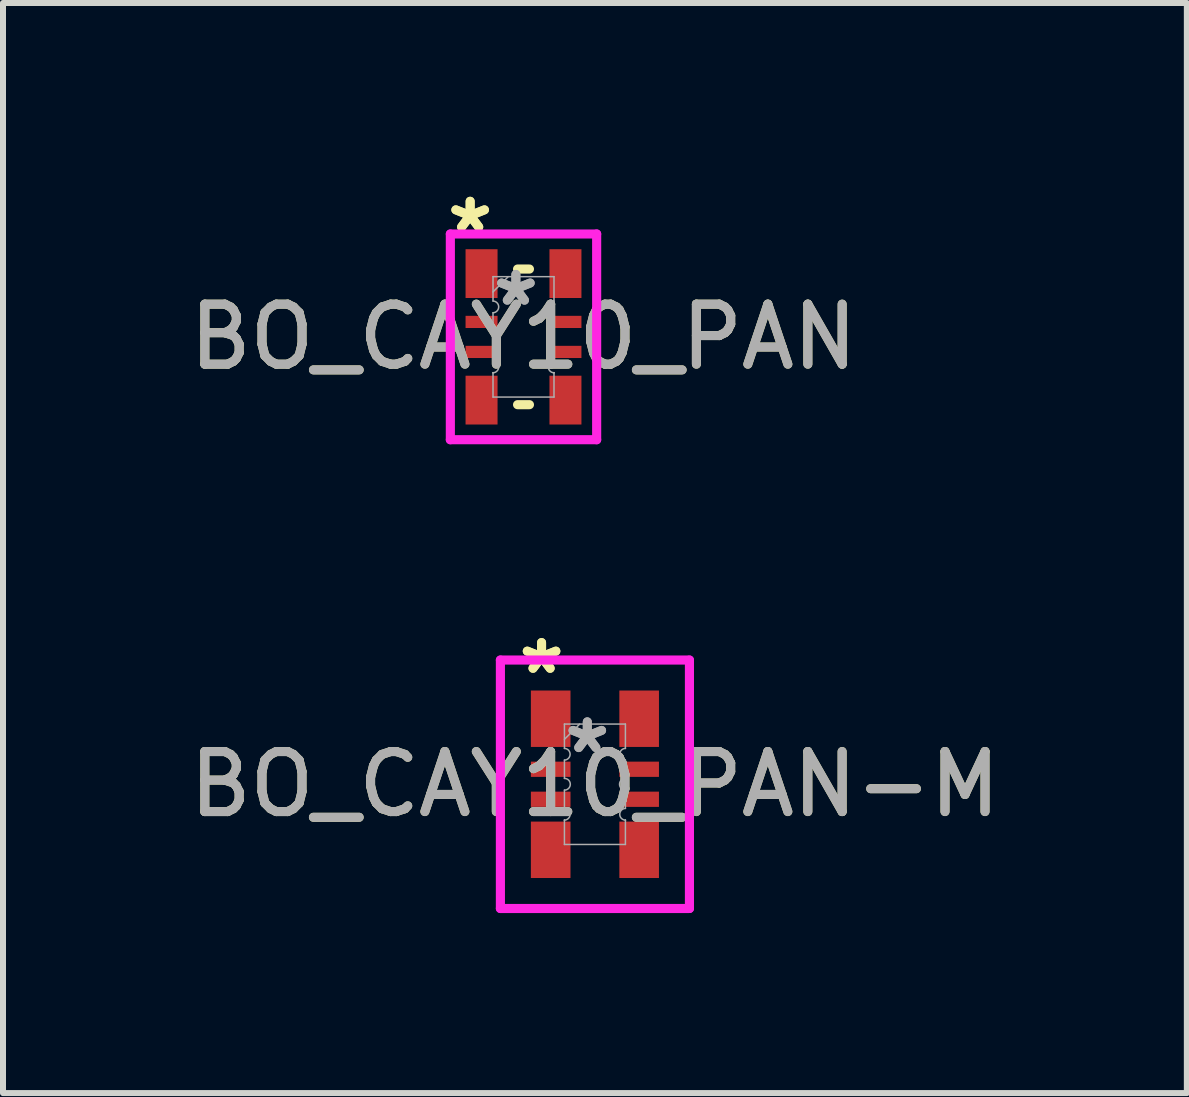
<source format=kicad_pcb>
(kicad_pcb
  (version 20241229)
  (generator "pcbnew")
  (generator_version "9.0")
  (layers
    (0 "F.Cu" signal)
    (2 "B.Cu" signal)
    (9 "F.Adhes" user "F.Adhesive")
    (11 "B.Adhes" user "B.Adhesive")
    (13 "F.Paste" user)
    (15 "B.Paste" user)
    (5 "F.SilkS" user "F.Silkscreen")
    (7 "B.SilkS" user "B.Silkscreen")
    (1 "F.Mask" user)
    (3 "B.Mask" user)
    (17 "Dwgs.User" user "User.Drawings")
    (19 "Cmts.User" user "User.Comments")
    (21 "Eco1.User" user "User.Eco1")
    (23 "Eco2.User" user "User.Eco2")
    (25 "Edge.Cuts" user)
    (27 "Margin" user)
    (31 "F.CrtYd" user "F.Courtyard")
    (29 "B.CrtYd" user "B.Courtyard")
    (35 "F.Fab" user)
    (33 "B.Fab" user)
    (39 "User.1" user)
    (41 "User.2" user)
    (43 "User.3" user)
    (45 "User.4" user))
  (footprint "BO_CAY10_PAN-M"
    (layer "F.Cu")
    (at 6.863 10.018)
    (property "Reference" "BO_CAY10_PAN-M" (at 0 0 0) (unlocked yes) (layer "F.SilkS") (effects (font (size 1 1) (thickness 0.15))))
    (attr smd)
    (fp_line (start -1.575 -2.07) (end 1.575 -2.07) (stroke (width 0.152) (type solid)) (layer "F.CrtYd"))
    (fp_line (start -1.575 2.07) (end -1.575 -2.07) (stroke (width 0.152) (type solid)) (layer "F.CrtYd"))
    (fp_line (start 1.575 -2.07) (end 1.575 2.07) (stroke (width 0.152) (type solid)) (layer "F.CrtYd"))
    (fp_line (start 1.575 2.07) (end -1.575 2.07) (stroke (width 0.152) (type solid)) (layer "F.CrtYd"))
    (fp_line (start -0.508 -1.003) (end 0.508 -1.003) (stroke (width 0.025) (type solid)) (layer "F.Fab"))
    (fp_line (start -0.508 -0.597) (end -0.508 -1.003) (stroke (width 0.025) (type solid)) (layer "F.Fab"))
    (fp_line (start -0.508 -0.402) (end -0.508 -0.098) (stroke (width 0.025) (type solid)) (layer "F.Fab"))
    (fp_line (start -0.508 0.098) (end -0.508 0.402) (stroke (width 0.025) (type solid)) (layer "F.Fab"))
    (fp_line (start -0.508 0.597) (end -0.508 1.003) (stroke (width 0.025) (type solid)) (layer "F.Fab"))
    (fp_line (start -0.508 0.598) (end -0.508 0.597) (stroke (width 0.025) (type solid)) (layer "F.Fab"))
    (fp_line (start -0.508 1.003) (end 0.508 1.003) (stroke (width 0.025) (type solid)) (layer "F.Fab"))
    (fp_line (start -0.254 -1.003) (end -0.508 -0.749) (stroke (width 0.025) (type solid)) (layer "F.Fab"))
    (fp_line (start 0.508 -0.597) (end 0.508 -1.003) (stroke (width 0.025) (type solid)) (layer "F.Fab"))
    (fp_line (start 0.508 -0.402) (end 0.508 -0.098) (stroke (width 0.025) (type solid)) (layer "F.Fab"))
    (fp_line (start 0.508 0.098) (end 0.508 0.402) (stroke (width 0.025) (type solid)) (layer "F.Fab"))
    (fp_line (start 0.508 0.597) (end 0.508 1.003) (stroke (width 0.025) (type solid)) (layer "F.Fab"))
    (fp_line (start 0.508 0.598) (end 0.508 0.597) (stroke (width 0.025) (type solid)) (layer "F.Fab"))
    (fp_arc (start -0.508 -0.597789) (mid -0.410337 -0.500126) (end -0.508 -0.402463) (stroke (width 0.0254) (type solid)) (layer "F.Fab"))
    (fp_arc (start -0.508 -0.097663) (mid -0.410337 0) (end -0.508 0.097663) (stroke (width 0.0254) (type solid)) (layer "F.Fab"))
    (fp_arc (start -0.508 0.402463) (mid -0.410337 0.500126) (end -0.508 0.597789) (stroke (width 0.0254) (type solid)) (layer "F.Fab"))
    (fp_arc (start 0.508 -0.402463) (mid 0.410337 -0.500126) (end 0.508 -0.597789) (stroke (width 0.0254) (type solid)) (layer "F.Fab"))
    (fp_arc (start 0.508 0.097663) (mid 0.410337 0) (end 0.508 -0.097663) (stroke (width 0.0254) (type solid)) (layer "F.Fab"))
    (fp_arc (start 0.508 0.597789) (mid 0.410337 0.500126) (end 0.508 0.402463) (stroke (width 0.0254) (type solid)) (layer "F.Fab"))
    (fp_text user "*" (at -0.889 -1.816 0) (unlocked yes) (layer "F.SilkS") (effects (font (size 1 1) (thickness 0.15))))
    (fp_text user "*" (at -0.889 -1.816 0) (layer "F.SilkS") (effects (font (size 1 1) (thickness 0.15))))
    (fp_text user "${REFERENCE}" (at 0 0 0) (unlocked yes) (layer "F.Fab") (effects (font (size 1 1) (thickness 0.15))))
    (fp_text user "*" (at -0.127 -0.495 0) (layer "F.Fab") (effects (font (size 1 1) (thickness 0.15))))
    (fp_text user "*" (at -0.127 -0.495 0) (unlocked yes) (layer "F.Fab") (effects (font (size 1 1) (thickness 0.15))))
    (pad "1" smd rect (at -0.737 -1.092) (size 0.66 0.94) (layers "F.Cu" "F.Mask" "F.Paste"))
    (pad "2" smd rect (at -0.737 -0.25) (size 0.66 0.254) (layers "F.Cu" "F.Mask" "F.Paste"))
    (pad "3" smd rect (at -0.737 0.25) (size 0.66 0.254) (layers "F.Cu" "F.Mask" "F.Paste"))
    (pad "4" smd rect (at -0.737 1.092) (size 0.66 0.94) (layers "F.Cu" "F.Mask" "F.Paste"))
    (pad "5" smd rect (at 0.737 1.092) (size 0.66 0.94) (layers "F.Cu" "F.Mask" "F.Paste"))
    (pad "6" smd rect (at 0.737 0.25) (size 0.66 0.254) (layers "F.Cu" "F.Mask" "F.Paste"))
    (pad "7" smd rect (at 0.737 -0.25) (size 0.66 0.254) (layers "F.Cu" "F.Mask" "F.Paste"))
    (pad "8" smd rect (at 0.737 -1.092) (size 0.66 0.94) (layers "F.Cu" "F.Mask" "F.Paste")))
  (footprint "BO_CAY10_PAN"
    (layer "F.Cu")
    (at 5.673 2.563)
    (property "Reference" "BO_CAY10_PAN" (at 0 0 0) (unlocked yes) (layer "F.SilkS") (effects (font (size 1 1) (thickness 0.15))))
    (attr smd)
    (fp_line (start -0.099 -1.13) (end 0.099 -1.13) (stroke (width 0.152) (type solid)) (layer "F.SilkS"))
    (fp_line (start -0.099 1.13) (end 0.099 1.13) (stroke (width 0.152) (type solid)) (layer "F.SilkS"))
    (fp_line (start -1.219 -1.714) (end 1.219 -1.714) (stroke (width 0.152) (type solid)) (layer "F.CrtYd"))
    (fp_line (start -1.219 1.714) (end -1.219 -1.714) (stroke (width 0.152) (type solid)) (layer "F.CrtYd"))
    (fp_line (start 1.219 -1.714) (end 1.219 1.714) (stroke (width 0.152) (type solid)) (layer "F.CrtYd"))
    (fp_line (start 1.219 1.714) (end -1.219 1.714) (stroke (width 0.152) (type solid)) (layer "F.CrtYd"))
    (fp_line (start -0.508 -1.003) (end 0.508 -1.003) (stroke (width 0.025) (type solid)) (layer "F.Fab"))
    (fp_line (start -0.508 -0.597) (end -0.508 -1.003) (stroke (width 0.025) (type solid)) (layer "F.Fab"))
    (fp_line (start -0.508 -0.402) (end -0.508 -0.097) (stroke (width 0.025) (type solid)) (layer "F.Fab"))
    (fp_line (start -0.508 0.099) (end -0.508 0.403) (stroke (width 0.025) (type solid)) (layer "F.Fab"))
    (fp_line (start -0.508 0.597) (end -0.508 1.003) (stroke (width 0.025) (type solid)) (layer "F.Fab"))
    (fp_line (start -0.508 0.599) (end -0.508 0.597) (stroke (width 0.025) (type solid)) (layer "F.Fab"))
    (fp_line (start -0.508 1.003) (end 0.508 1.003) (stroke (width 0.025) (type solid)) (layer "F.Fab"))
    (fp_line (start -0.254 -1.003) (end -0.508 -0.749) (stroke (width 0.025) (type solid)) (layer "F.Fab"))
    (fp_line (start 0.508 -0.597) (end 0.508 -1.003) (stroke (width 0.025) (type solid)) (layer "F.Fab"))
    (fp_line (start 0.508 -0.402) (end 0.508 -0.097) (stroke (width 0.025) (type solid)) (layer "F.Fab"))
    (fp_line (start 0.508 0.099) (end 0.508 0.403) (stroke (width 0.025) (type solid)) (layer "F.Fab"))
    (fp_line (start 0.508 0.597) (end 0.508 1.003) (stroke (width 0.025) (type solid)) (layer "F.Fab"))
    (fp_line (start 0.508 0.599) (end 0.508 0.597) (stroke (width 0.025) (type solid)) (layer "F.Fab"))
    (fp_arc (start -0.508 -0.5969) (mid -0.410337 -0.499237) (end -0.508 -0.401574) (stroke (width 0.0254) (type solid)) (layer "F.Fab"))
    (fp_arc (start -0.508 -0.096774) (mid -0.410337 0.000889) (end -0.508 0.098552) (stroke (width 0.0254) (type solid)) (layer "F.Fab"))
    (fp_arc (start -0.508 0.403352) (mid -0.410337 0.501015) (end -0.508 0.598678) (stroke (width 0.0254) (type solid)) (layer "F.Fab"))
    (fp_arc (start 0.508 -0.401574) (mid 0.410337 -0.499237) (end 0.508 -0.5969) (stroke (width 0.0254) (type solid)) (layer "F.Fab"))
    (fp_arc (start 0.508 0.098552) (mid 0.410337 0.000889) (end 0.508 -0.096774) (stroke (width 0.0254) (type solid)) (layer "F.Fab"))
    (fp_arc (start 0.508 0.598678) (mid 0.410337 0.501015) (end 0.508 0.403352) (stroke (width 0.0254) (type solid)) (layer "F.Fab"))
    (fp_text user "*" (at -0.889 -1.714 0) (unlocked yes) (layer "F.SilkS") (effects (font (size 1 1) (thickness 0.15))))
    (fp_text user "*" (at -0.889 -1.714 0) (layer "F.SilkS") (effects (font (size 1 1) (thickness 0.15))))
    (fp_text user "*" (at -0.127 -0.495 0) (unlocked yes) (layer "F.Fab") (effects (font (size 1 1) (thickness 0.15))))
    (fp_text user "*" (at -0.127 -0.495 0) (layer "F.Fab") (effects (font (size 1 1) (thickness 0.15))))
    (fp_text user "${REFERENCE}" (at 0 0 0) (unlocked yes) (layer "F.Fab") (effects (font (size 1 1) (thickness 0.15))))
    (pad "1" smd rect (at -0.699 -1.054) (size 0.533 0.813) (layers "F.Cu" "F.Mask" "F.Paste"))
    (pad "2" smd rect (at -0.699 -0.249) (size 0.533 0.203) (layers "F.Cu" "F.Mask" "F.Paste"))
    (pad "3" smd rect (at -0.699 0.251) (size 0.533 0.203) (layers "F.Cu" "F.Mask" "F.Paste"))
    (pad "4" smd rect (at -0.699 1.054) (size 0.533 0.813) (layers "F.Cu" "F.Mask" "F.Paste"))
    (pad "5" smd rect (at 0.699 1.054) (size 0.533 0.813) (layers "F.Cu" "F.Mask" "F.Paste"))
    (pad "6" smd rect (at 0.699 0.251) (size 0.533 0.203) (layers "F.Cu" "F.Mask" "F.Paste"))
    (pad "7" smd rect (at 0.699 -0.249) (size 0.533 0.203) (layers "F.Cu" "F.Mask" "F.Paste"))
    (pad "8" smd rect (at 0.699 -1.054) (size 0.533 0.813) (layers "F.Cu" "F.Mask" "F.Paste")))
  (gr_rect
    (start -3 -3)
    (end 16.726 15.164)
    (stroke (width 0.1) (type default))
    (fill no)
    (layer "Edge.Cuts")))
</source>
